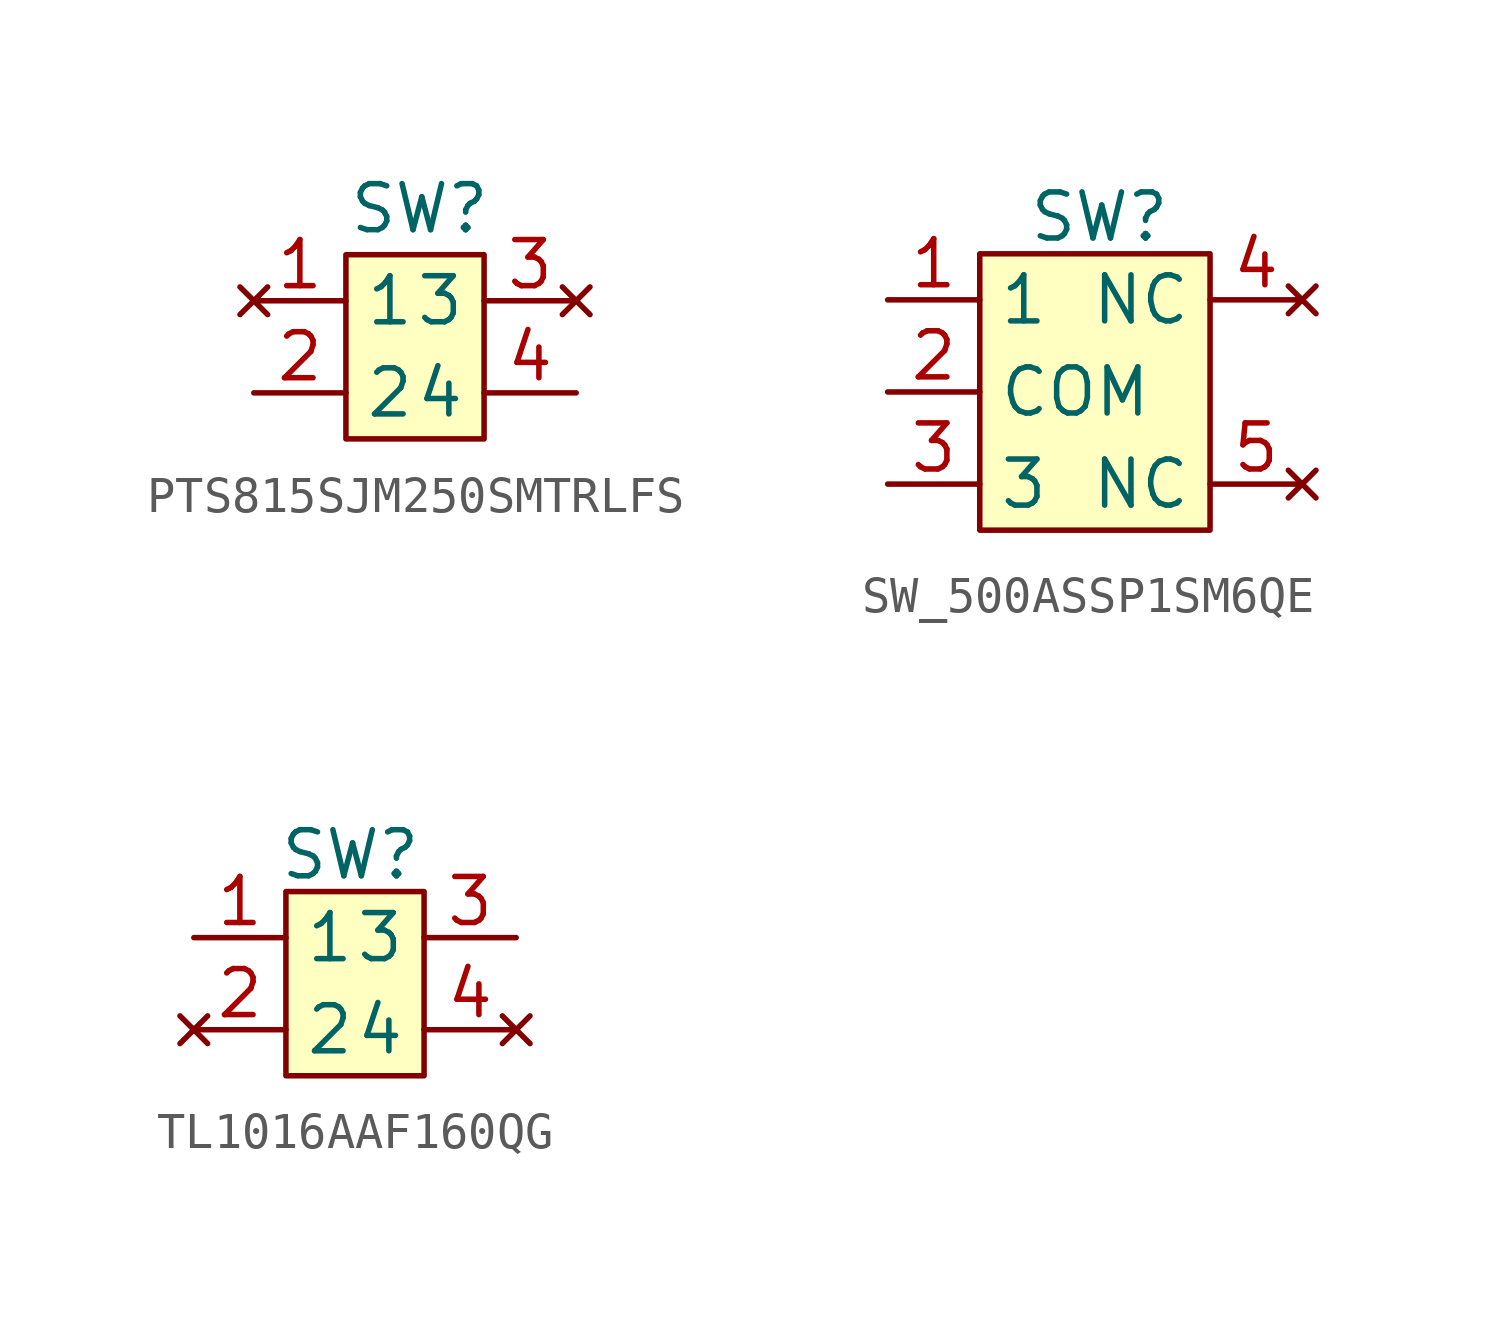
<source format=kicad_sym>
(kicad_symbol_lib
  (version 20231120)
  (generator "kicad_symbol_editor")
  (generator_version "8.0")
  (symbol "PTS815SJM250SMTRLFS"
    (property "Reference" "SW"
      (at -0.508 3.81 0)
      (effects (font (size 1.27 1.27))))
    (property "Value" ""
      (at -5.08 1.27 0)
      (effects (font (size 1.27 1.27))))
    (symbol "PTS815SJM250SMTRLFS_0_0"
      (pin no_connect line (at -5.08 1.27 0) (length 2.54) (name "1" (effects (font (size 1.27 1.27)))) (number "1" (effects (font (size 1.27 1.27)))))
      (pin unspecified line (at -5.08 -1.27 0) (length 2.54) (name "2" (effects (font (size 1.27 1.27)))) (number "2" (effects (font (size 1.27 1.27)))))
      (pin no_connect line (at 3.81 1.27 180) (length 2.54) (name "3" (effects (font (size 1.27 1.27)))) (number "3" (effects (font (size 1.27 1.27)))))
      (pin unspecified line (at 3.81 -1.27 180) (length 2.54) (name "4" (effects (font (size 1.27 1.27)))) (number "4" (effects (font (size 1.27 1.27))))))
    (symbol "PTS815SJM250SMTRLFS_1_1"
      (rectangle (start -2.54 2.54) (end 1.27 -2.54) (stroke (width 0) (type default)) (fill (type background)))))
  (symbol "SW_500ASSP1SM6QE"
    (property "Reference" "SW"
      (at 0.762 3.556 0)
      (effects (font (size 1.27 1.27))))
    (property "Value" ""
      (at 0 0 0)
      (effects (font (size 1.27 1.27))))
    (symbol "SW_500ASSP1SM6QE_1_0"
      (pin unspecified line (at -5.08 -1.27 0) (length 2.54) (name "COM" (effects (font (size 1.27 1.27)))) (number "2" (effects (font (size 1.27 1.27)))))
      (pin unspecified line (at -5.08 -3.81 0) (length 2.54) (name "3" (effects (font (size 1.27 1.27)))) (number "3" (effects (font (size 1.27 1.27)))))
      (pin no_connect line (at 6.35 1.27 180) (length 2.54) (name "NC" (effects (font (size 1.27 1.27)))) (number "4" (effects (font (size 1.27 1.27)))))
      (pin no_connect line (at 6.35 -3.81 180) (length 2.54) (name "NC" (effects (font (size 1.27 1.27)))) (number "5" (effects (font (size 1.27 1.27))))))
    (symbol "SW_500ASSP1SM6QE_1_1"
      (rectangle (start -2.54 2.54) (end 3.81 -5.08) (stroke (width 0) (type default)) (fill (type background)))
      (pin unspecified line (at -5.08 1.27 0) (length 2.54) (name "1" (effects (font (size 1.27 1.27)))) (number "1" (effects (font (size 1.27 1.27)))))))
  (symbol "TL1016AAF160QG"
    (property "Reference" "SW"
      (at -0.762 3.556 0)
      (effects (font (size 1.27 1.27))))
    (property "Value" ""
      (at 0 0 0)
      (effects (font (size 1.27 1.27))))
    (symbol "TL1016AAF160QG_0_0"
      (pin unspecified line (at -5.08 1.27 0) (length 2.54) (name "1" (effects (font (size 1.27 1.27)))) (number "1" (effects (font (size 1.27 1.27)))))
      (pin unspecified line (at 3.81 1.27 180) (length 2.54) (name "3" (effects (font (size 1.27 1.27)))) (number "3" (effects (font (size 1.27 1.27))))))
    (symbol "TL1016AAF160QG_1_0"
      (pin no_connect line (at -5.08 -1.27 0) (length 2.54) (name "2" (effects (font (size 1.27 1.27)))) (number "2" (effects (font (size 1.27 1.27)))))
      (pin no_connect line (at 3.81 -1.27 180) (length 2.54) (name "4" (effects (font (size 1.27 1.27)))) (number "4" (effects (font (size 1.27 1.27))))))
    (symbol "TL1016AAF160QG_1_1"
      (rectangle (start -2.54 2.54) (end 1.27 -2.54) (stroke (width 0) (type default)) (fill (type background))))))
</source>
